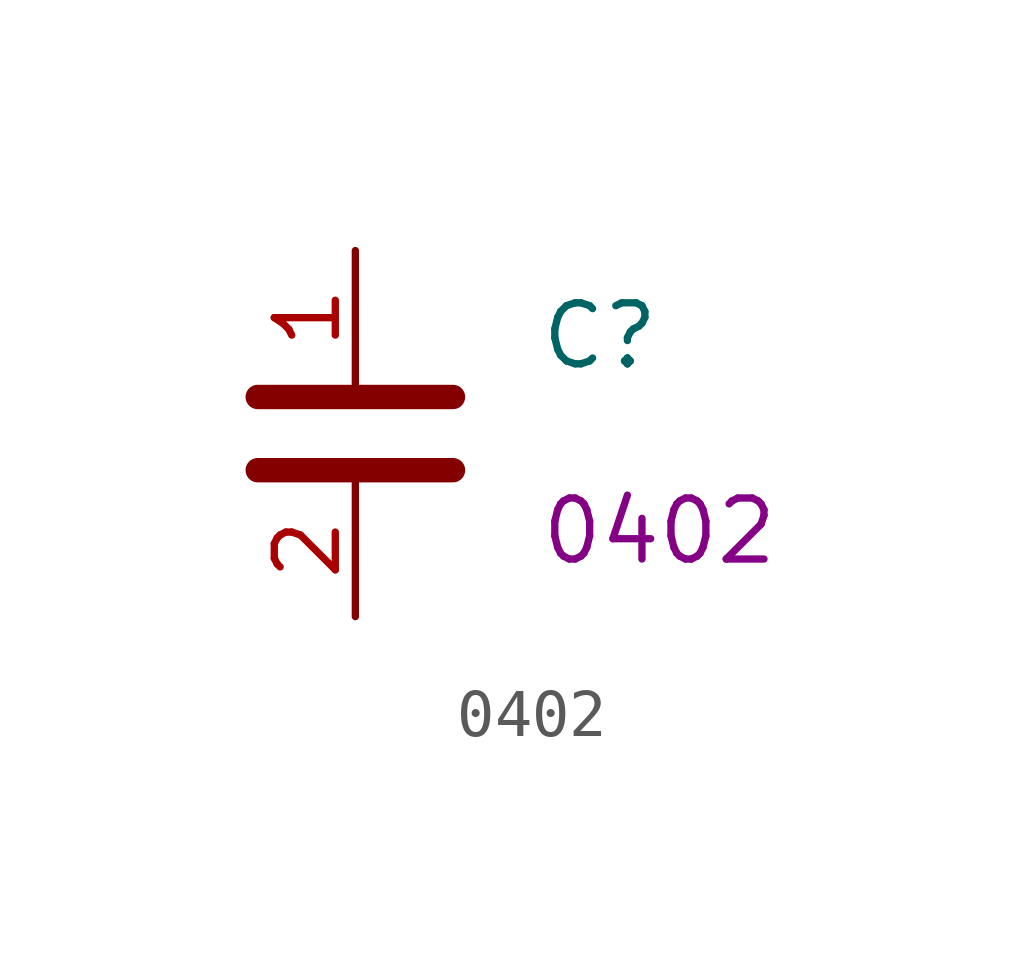
<source format=kicad_sym>
(kicad_symbol_lib
  (version 20241209)
  (generator "kicad_symbol_editor")
  (generator_version "9.0")
  (symbol " 0402"
    (property "Reference" "C"
      (at 3.81 2.032 0)
      (effects (font (size 1.27 1.27)) (justify left)))
    (property "Value" ""
      (at 3.81 0 0)
      (effects (font (size 1.27 1.27)) (justify left)))
    (property "FOOTPRINT_SHORT" "0402"
      (at 3.81 -2.032 0)
      (effects (font (size 1.27 1.27)) (justify left)))
    (symbol " 0402_0_1"
      (polyline (pts (xy -2.032 0.762) (xy 2.032 0.762)) (stroke (width 0.508) (type default)) (fill (type none)))
      (polyline (pts (xy -2.032 -0.762) (xy 2.032 -0.762)) (stroke (width 0.508) (type default)) (fill (type none))))
    (symbol " 0402_1_1"
      (pin passive line (at 0 3.81 270) (length 2.794) (name "~" (effects (font (size 1.27 1.27)))) (number "1" (effects (font (size 1.27 1.27)))))
      (pin passive line (at 0 -3.81 90) (length 2.794) (name "~" (effects (font (size 1.27 1.27)))) (number "2" (effects (font (size 1.27 1.27))))))))
</source>
